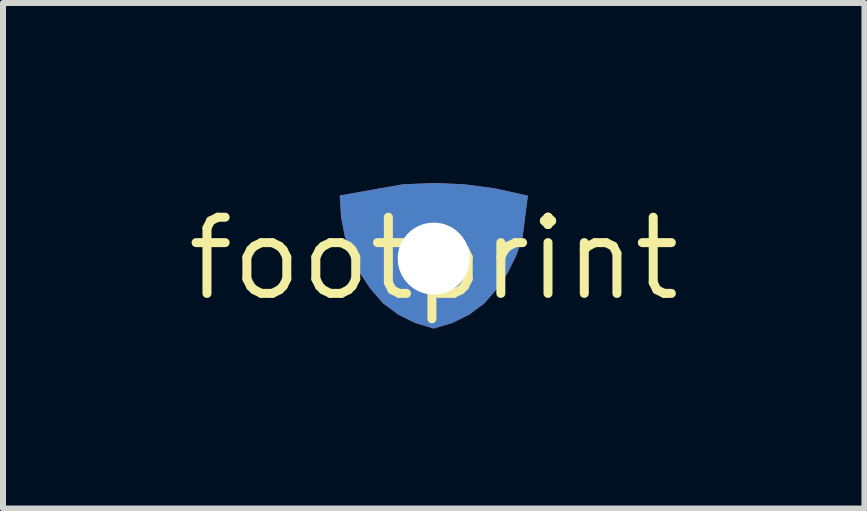
<source format=kicad_pcb>
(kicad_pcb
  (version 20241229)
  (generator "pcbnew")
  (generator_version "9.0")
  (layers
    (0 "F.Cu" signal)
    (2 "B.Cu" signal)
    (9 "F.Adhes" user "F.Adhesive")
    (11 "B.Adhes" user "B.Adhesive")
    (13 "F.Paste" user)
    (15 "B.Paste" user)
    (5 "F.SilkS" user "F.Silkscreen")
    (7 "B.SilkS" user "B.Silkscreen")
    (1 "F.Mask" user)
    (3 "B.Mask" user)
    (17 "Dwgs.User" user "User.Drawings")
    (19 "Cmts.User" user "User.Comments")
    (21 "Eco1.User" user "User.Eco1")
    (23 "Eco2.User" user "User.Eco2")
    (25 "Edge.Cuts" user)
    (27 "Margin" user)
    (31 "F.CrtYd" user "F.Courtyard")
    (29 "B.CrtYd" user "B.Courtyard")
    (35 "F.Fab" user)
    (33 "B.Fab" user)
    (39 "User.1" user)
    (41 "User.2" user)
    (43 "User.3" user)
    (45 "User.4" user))
  (footprint "footprint"
    (layer "F.Cu")
    (at 4.18 1.261)
    (property "Reference" "footprint" (at 0 0 0) (layer "F.SilkS") (effects (font (size 1.27 1.27) (thickness 0.15))))
    (fp_poly (pts (xy 0.511 -1.239) (xy 1.017 -1.172) (xy 1.57 -1.049) (xy 1.482 -0.364) (xy 1.378 -0.056) (xy 1.236 0.233) (xy 1.057 0.502) (xy 0.843 0.747) (xy 0.591 0.934) (xy 0.312 1.073) (xy 0 1.166) (xy -0.312 1.073) (xy -0.591 0.934) (xy -0.843 0.747) (xy -1.057 0.502) (xy -1.236 0.233) (xy -1.378 -0.056) (xy -1.481 -0.362) (xy -1.543 -0.678) (xy -1.567 -1.053) (xy -0.512 -1.239) (xy 0 -1.261)) (stroke (width 0) (type solid)) (fill yes) (layer "F.Cu"))
    (fp_poly (pts (xy 0.511 -1.239) (xy 1.017 -1.172) (xy 1.57 -1.049) (xy 1.482 -0.364) (xy 1.378 -0.056) (xy 1.236 0.233) (xy 1.057 0.502) (xy 0.843 0.747) (xy 0.591 0.934) (xy 0.312 1.073) (xy 0 1.166) (xy -0.312 1.073) (xy -0.591 0.934) (xy -0.843 0.747) (xy -1.057 0.502) (xy -1.236 0.233) (xy -1.378 -0.056) (xy -1.481 -0.362) (xy -1.543 -0.678) (xy -1.567 -1.053) (xy -0.512 -1.239) (xy 0 -1.261)) (stroke (width 0) (type solid)) (fill yes) (layer "F.Mask"))
    (fp_poly (pts (xy 0.511 -1.239) (xy 1.017 -1.172) (xy 1.57 -1.049) (xy 1.482 -0.364) (xy 1.378 -0.056) (xy 1.236 0.233) (xy 1.057 0.502) (xy 0.843 0.747) (xy 0.591 0.934) (xy 0.312 1.073) (xy 0 1.166) (xy -0.312 1.073) (xy -0.591 0.934) (xy -0.843 0.747) (xy -1.057 0.502) (xy -1.236 0.233) (xy -1.378 -0.056) (xy -1.481 -0.362) (xy -1.543 -0.678) (xy -1.567 -1.053) (xy -0.512 -1.239) (xy 0 -1.261)) (stroke (width 0) (type solid)) (fill yes) (layer "B.Cu"))
    (fp_poly (pts (xy 0.511 -1.239) (xy 1.017 -1.172) (xy 1.57 -1.049) (xy 1.482 -0.364) (xy 1.378 -0.056) (xy 1.236 0.233) (xy 1.057 0.502) (xy 0.843 0.747) (xy 0.591 0.934) (xy 0.312 1.073) (xy 0 1.166) (xy -0.312 1.073) (xy -0.591 0.934) (xy -0.843 0.747) (xy -1.057 0.502) (xy -1.236 0.233) (xy -1.378 -0.056) (xy -1.481 -0.362) (xy -1.543 -0.678) (xy -1.567 -1.053) (xy -0.512 -1.239) (xy 0 -1.261)) (stroke (width 0) (type solid)) (fill yes) (layer "B.Mask"))
    (pad "TAP" thru_hole circle (at 0 0) (size 2.184 2.184) (drill 1.2) (layers "*.Cu" "*.Mask")))
  (gr_rect
    (start -3 -3)
    (end 11.36 5.427)
    (stroke (width 0.1) (type default))
    (fill no)
    (layer "Edge.Cuts")))
</source>
